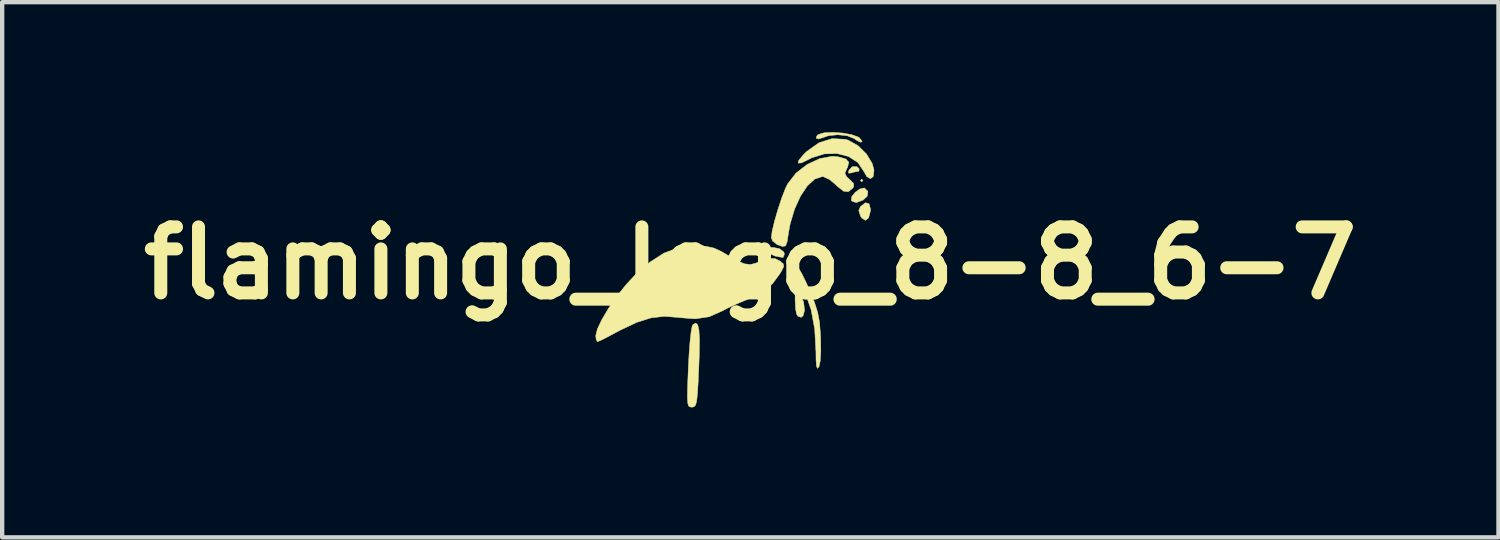
<source format=kicad_pcb>
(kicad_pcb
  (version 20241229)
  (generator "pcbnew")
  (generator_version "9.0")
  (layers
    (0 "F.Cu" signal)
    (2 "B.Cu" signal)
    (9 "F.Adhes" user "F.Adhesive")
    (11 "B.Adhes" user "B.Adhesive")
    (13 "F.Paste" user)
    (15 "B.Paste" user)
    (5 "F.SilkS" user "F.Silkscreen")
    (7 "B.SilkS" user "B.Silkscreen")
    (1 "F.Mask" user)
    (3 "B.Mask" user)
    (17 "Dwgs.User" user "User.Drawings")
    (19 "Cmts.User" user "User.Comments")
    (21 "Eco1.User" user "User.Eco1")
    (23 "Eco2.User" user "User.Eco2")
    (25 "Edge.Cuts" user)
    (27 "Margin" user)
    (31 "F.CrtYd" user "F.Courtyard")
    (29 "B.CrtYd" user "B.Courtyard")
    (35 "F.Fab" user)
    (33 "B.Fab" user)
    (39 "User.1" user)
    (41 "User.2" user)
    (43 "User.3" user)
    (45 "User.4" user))
  (footprint "flamingo_logo_8-8_6-7"
    (layer "F.Cu")
    (at 14.268 3.021)
    (property "Reference" "flamingo_logo_8-8_6-7" (at 0 0 0) (layer "F.SilkS") (effects (font (size 1.524 1.524) (thickness 0.3))))
    (attr through_hole)
    (fp_poly (pts (xy 2.6 -1.905) (xy 2.57 -1.875) (xy 2.54 -1.905) (xy 2.57 -1.935) (xy 2.6 -1.905)) (stroke (width 0.01) (type solid)) (fill yes) (layer "F.SilkS"))
    (fp_poly (pts (xy 0.965 -0.077) (xy 0.968 -0.06) (xy 0.947 -0.002) (xy 0.941 0) (xy 0.889 -0.042) (xy 0.877 -0.06) (xy 0.882 -0.116) (xy 0.904 -0.121) (xy 0.965 -0.077)) (stroke (width 0.01) (type solid)) (fill yes) (layer "F.SilkS"))
    (fp_poly (pts (xy 2.457 -2.225) (xy 2.51 -2.177) (xy 2.508 -2.121) (xy 2.488 -2.117) (xy 2.383 -2.097) (xy 2.333 -2.08) (xy 2.265 -2.075) (xy 2.274 -2.14) (xy 2.353 -2.225) (xy 2.457 -2.225)) (stroke (width 0.01) (type solid)) (fill yes) (layer "F.SilkS"))
    (fp_poly (pts (xy 2.741 -1.368) (xy 2.773 -1.244) (xy 2.771 -1.199) (xy 2.729 -1.041) (xy 2.658 -0.985) (xy 2.573 -1.038) (xy 2.54 -1.089) (xy 2.502 -1.216) (xy 2.543 -1.304) (xy 2.657 -1.392) (xy 2.741 -1.368)) (stroke (width 0.01) (type solid)) (fill yes) (layer "F.SilkS"))
    (fp_poly (pts (xy 0.672 -0.332) (xy 0.772 -0.255) (xy 0.786 -0.205) (xy 0.76 -0.134) (xy 0.741 -0.129) (xy 0.65 -0.146) (xy 0.559 -0.164) (xy 0.461 -0.215) (xy 0.424 -0.292) (xy 0.458 -0.352) (xy 0.509 -0.363) (xy 0.672 -0.332)) (stroke (width 0.01) (type solid)) (fill yes) (layer "F.SilkS"))
    (fp_poly (pts (xy 1.154 0.695) (xy 1.23 0.907) (xy 1.251 1.092) (xy 1.217 1.218) (xy 1.172 1.253) (xy 1.096 1.225) (xy 1.066 1.177) (xy 1.045 1.062) (xy 1.034 0.878) (xy 1.033 0.766) (xy 1.038 0.454) (xy 1.154 0.695)) (stroke (width 0.01) (type solid)) (fill yes) (layer "F.SilkS"))
    (fp_poly (pts (xy 2.635 -1.73) (xy 2.713 -1.653) (xy 2.7 -1.545) (xy 2.604 -1.454) (xy 2.444 -1.395) (xy 2.345 -1.429) (xy 2.33 -1.449) (xy 2.339 -1.531) (xy 2.418 -1.63) (xy 2.527 -1.709) (xy 2.626 -1.733) (xy 2.635 -1.73)) (stroke (width 0.01) (type solid)) (fill yes) (layer "F.SilkS"))
    (fp_poly (pts (xy 2.135 -3) (xy 2.347 -2.961) (xy 2.496 -2.906) (xy 2.523 -2.885) (xy 2.581 -2.807) (xy 2.552 -2.787) (xy 2.459 -2.829) (xy 2.392 -2.875) (xy 2.233 -2.939) (xy 2.017 -2.961) (xy 1.801 -2.939) (xy 1.684 -2.898) (xy 1.573 -2.863) (xy 1.516 -2.884) (xy 1.541 -2.943) (xy 1.574 -2.969) (xy 1.705 -3.007) (xy 1.907 -3.016) (xy 2.135 -3)) (stroke (width 0.01) (type solid)) (fill yes) (layer "F.SilkS"))
    (fp_poly (pts (xy 2.195 -2.855) (xy 2.262 -2.834) (xy 2.485 -2.709) (xy 2.68 -2.517) (xy 2.814 -2.296) (xy 2.854 -2.149) (xy 2.839 -2) (xy 2.774 -1.947) (xy 2.688 -1.994) (xy 2.621 -2.112) (xy 2.483 -2.319) (xy 2.267 -2.459) (xy 1.999 -2.528) (xy 1.705 -2.519) (xy 1.412 -2.427) (xy 1.346 -2.392) (xy 1.179 -2.311) (xy 1.102 -2.306) (xy 1.118 -2.371) (xy 1.226 -2.501) (xy 1.303 -2.577) (xy 1.587 -2.778) (xy 1.891 -2.872) (xy 2.195 -2.855)) (stroke (width 0.01) (type solid)) (fill yes) (layer "F.SilkS"))
    (fp_poly (pts (xy -1.217 1.42) (xy -1.187 1.54) (xy -1.174 1.755) (xy -1.177 2.074) (xy -1.189 2.407) (xy -1.205 2.759) (xy -1.22 3.007) (xy -1.237 3.17) (xy -1.259 3.266) (xy -1.29 3.312) (xy -1.332 3.326) (xy -1.349 3.326) (xy -1.395 3.321) (xy -1.427 3.295) (xy -1.445 3.229) (xy -1.453 3.106) (xy -1.45 2.907) (xy -1.439 2.615) (xy -1.431 2.407) (xy -1.413 2.083) (xy -1.391 1.801) (xy -1.366 1.583) (xy -1.342 1.453) (xy -1.33 1.427) (xy -1.264 1.386) (xy -1.217 1.42)) (stroke (width 0.01) (type solid)) (fill yes) (layer "F.SilkS"))
    (fp_poly (pts (xy 1.115 0.121) (xy 1.193 0.254) (xy 1.29 0.454) (xy 1.361 0.612) (xy 1.478 0.901) (xy 1.552 1.133) (xy 1.595 1.357) (xy 1.617 1.625) (xy 1.622 1.725) (xy 1.627 2.021) (xy 1.615 2.25) (xy 1.586 2.386) (xy 1.581 2.397) (xy 1.548 2.43) (xy 1.527 2.381) (xy 1.516 2.234) (xy 1.514 2.049) (xy 1.486 1.528) (xy 1.402 1.075) (xy 1.252 0.65) (xy 1.211 0.558) (xy 1.107 0.335) (xy 1.05 0.197) (xy 1.031 0.123) (xy 1.044 0.089) (xy 1.071 0.076) (xy 1.115 0.121)) (stroke (width 0.01) (type solid)) (fill yes) (layer "F.SilkS"))
    (fp_poly (pts (xy 2.025 -2.453) (xy 2.204 -2.402) (xy 2.273 -2.325) (xy 2.243 -2.208) (xy 2.225 -2.176) (xy 2.182 -2.075) (xy 2.221 -1.993) (xy 2.29 -1.931) (xy 2.384 -1.836) (xy 2.385 -1.761) (xy 2.358 -1.723) (xy 2.259 -1.645) (xy 2.149 -1.66) (xy 2.006 -1.773) (xy 1.965 -1.814) (xy 1.824 -1.93) (xy 1.688 -1.992) (xy 1.659 -1.996) (xy 1.487 -1.939) (xy 1.316 -1.781) (xy 1.156 -1.542) (xy 1.02 -1.242) (xy 0.918 -0.9) (xy 0.878 -0.68) (xy 0.849 -0.489) (xy 0.813 -0.397) (xy 0.749 -0.381) (xy 0.634 -0.42) (xy 0.62 -0.425) (xy 0.514 -0.508) (xy 0.484 -0.589) (xy 0.504 -0.741) (xy 0.559 -0.968) (xy 0.635 -1.23) (xy 0.721 -1.491) (xy 0.806 -1.713) (xy 0.862 -1.828) (xy 1.054 -2.076) (xy 1.312 -2.276) (xy 1.602 -2.411) (xy 1.891 -2.464) (xy 2.025 -2.453)) (stroke (width 0.01) (type solid)) (fill yes) (layer "F.SilkS"))
    (fp_poly (pts (xy -1.02 -0.384) (xy -0.837 -0.345) (xy -0.659 -0.262) (xy -0.559 -0.202) (xy -0.316 -0.06) (xy -0.14 0.017) (xy -0.001 0.035) (xy 0.131 0.001) (xy 0.191 -0.026) (xy 0.405 -0.108) (xy 0.571 -0.103) (xy 0.694 -0.039) (xy 0.762 0.021) (xy 0.77 0.084) (xy 0.715 0.192) (xy 0.679 0.25) (xy 0.51 0.48) (xy 0.308 0.652) (xy 0.038 0.796) (xy -0.091 0.849) (xy -0.32 0.945) (xy -0.534 1.045) (xy -0.651 1.107) (xy -0.952 1.24) (xy -1.275 1.288) (xy -1.657 1.258) (xy -1.673 1.255) (xy -1.984 1.23) (xy -2.29 1.265) (xy -2.618 1.368) (xy -2.998 1.547) (xy -3.113 1.608) (xy -3.303 1.71) (xy -3.451 1.784) (xy -3.526 1.814) (xy -3.528 1.814) (xy -3.559 1.763) (xy -3.568 1.677) (xy -3.53 1.521) (xy -3.425 1.301) (xy -3.271 1.043) (xy -3.084 0.771) (xy -2.879 0.512) (xy -2.674 0.289) (xy -2.653 0.268) (xy -2.307 -0.029) (xy -1.99 -0.231) (xy -1.676 -0.347) (xy -1.339 -0.392) (xy -1.265 -0.393) (xy -1.02 -0.384)) (stroke (width 0.01) (type solid)) (fill yes) (layer "F.SilkS")))
  (gr_rect
    (start -3 -3)
    (end 31.535 9.352)
    (stroke (width 0.1) (type default))
    (fill no)
    (layer "Edge.Cuts")))
</source>
